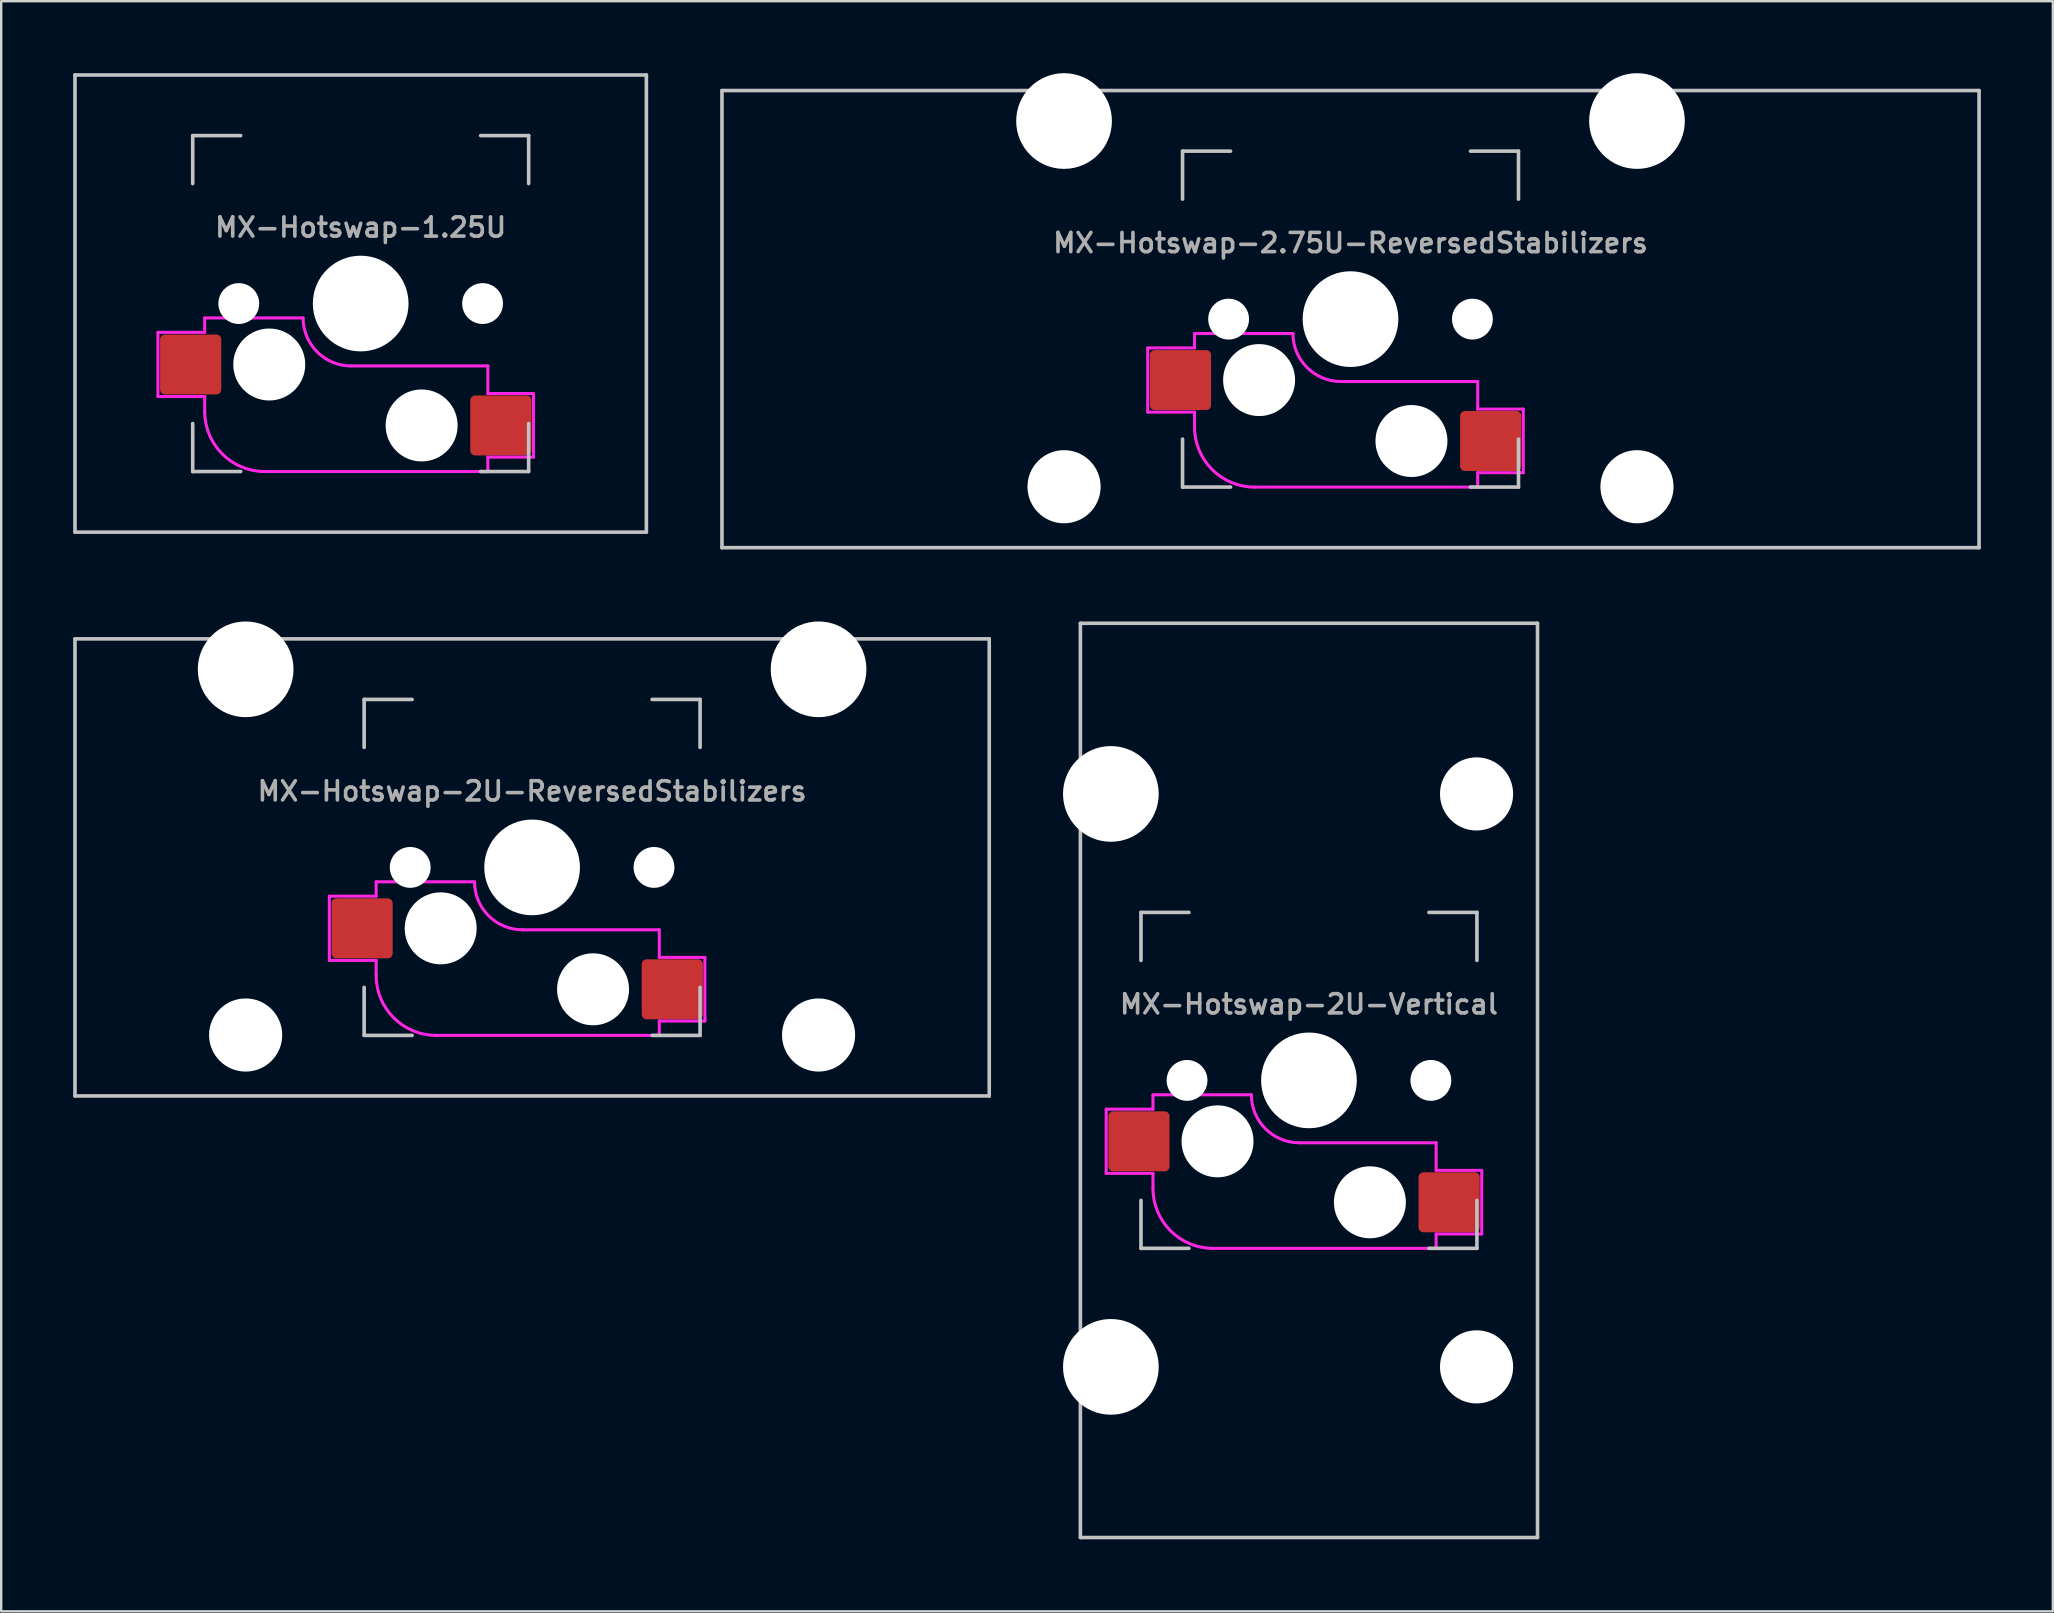
<source format=kicad_pcb>
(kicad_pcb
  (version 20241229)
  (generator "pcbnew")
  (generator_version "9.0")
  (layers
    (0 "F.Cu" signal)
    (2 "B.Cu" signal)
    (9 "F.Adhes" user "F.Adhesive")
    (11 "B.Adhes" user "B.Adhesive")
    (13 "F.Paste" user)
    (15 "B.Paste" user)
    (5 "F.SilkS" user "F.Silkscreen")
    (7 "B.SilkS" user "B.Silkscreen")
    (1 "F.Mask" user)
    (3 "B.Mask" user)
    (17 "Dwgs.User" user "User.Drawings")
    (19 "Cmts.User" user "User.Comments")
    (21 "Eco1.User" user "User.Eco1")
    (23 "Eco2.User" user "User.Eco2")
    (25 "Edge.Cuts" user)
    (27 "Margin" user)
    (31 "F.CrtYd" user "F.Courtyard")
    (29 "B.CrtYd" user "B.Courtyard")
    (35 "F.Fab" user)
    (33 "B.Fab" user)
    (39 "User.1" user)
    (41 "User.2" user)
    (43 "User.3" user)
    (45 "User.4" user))
  (footprint "MX-Hotswap-2U-Vertical"
    (layer "F.Cu")
    (at 51.499 41.974)
    (property "Reference" "MX-Hotswap-2U-Vertical" (at 0 -3.175 180) (layer "F.Fab") (effects (font (size 0.8 0.8) (thickness 0.15))))
    (attr smd)
    (fp_line (start -9.525 19.05) (end -9.525 -19.05) (stroke (width 0.15) (type solid)) (layer "Dwgs.User"))
    (fp_line (start -7 -7) (end -7 -5) (stroke (width 0.15) (type solid)) (layer "Dwgs.User"))
    (fp_line (start -7 5) (end -7 7) (stroke (width 0.15) (type solid)) (layer "Dwgs.User"))
    (fp_line (start -7 7) (end -5 7) (stroke (width 0.15) (type solid)) (layer "Dwgs.User"))
    (fp_line (start -5 -7) (end -7 -7) (stroke (width 0.15) (type solid)) (layer "Dwgs.User"))
    (fp_line (start 7 -7) (end 5 -7) (stroke (width 0.15) (type solid)) (layer "Dwgs.User"))
    (fp_line (start 7 -5) (end 7 -7) (stroke (width 0.15) (type solid)) (layer "Dwgs.User"))
    (fp_line (start 7 5) (end 7 7) (stroke (width 0.15) (type solid)) (layer "Dwgs.User"))
    (fp_line (start 7 7) (end 5 7) (stroke (width 0.15) (type solid)) (layer "Dwgs.User"))
    (fp_line (start 9.525 -19.05) (end -9.525 -19.05) (stroke (width 0.15) (type solid)) (layer "Dwgs.User"))
    (fp_line (start 9.525 19.05) (end -9.525 19.05) (stroke (width 0.15) (type solid)) (layer "Dwgs.User"))
    (fp_line (start 9.525 19.05) (end 9.525 -19.05) (stroke (width 0.15) (type solid)) (layer "Dwgs.User"))
    (fp_line (start -8.45 1.2) (end -8.45 3.875) (stroke (width 0.127) (type solid)) (layer "F.CrtYd"))
    (fp_line (start -8.45 3.875) (end -6.5 3.875) (stroke (width 0.127) (type solid)) (layer "F.CrtYd"))
    (fp_line (start -6.5 1.2) (end -8.45 1.2) (stroke (width 0.127) (type solid)) (layer "F.CrtYd"))
    (fp_line (start -6.5 1.2) (end -6.5 0.6) (stroke (width 0.127) (type solid)) (layer "F.CrtYd"))
    (fp_line (start -6.5 3.875) (end -6.5 4.5) (stroke (width 0.127) (type solid)) (layer "F.CrtYd"))
    (fp_line (start -4 7) (end 5.3 7) (stroke (width 0.127) (type solid)) (layer "F.CrtYd"))
    (fp_line (start -2.4 0.6) (end -6.5 0.6) (stroke (width 0.127) (type solid)) (layer "F.CrtYd"))
    (fp_line (start 5.3 2.6) (end -0.4 2.6) (stroke (width 0.127) (type solid)) (layer "F.CrtYd"))
    (fp_line (start 5.3 3.75) (end 5.3 2.6) (stroke (width 0.127) (type solid)) (layer "F.CrtYd"))
    (fp_line (start 5.3 3.75) (end 7.2 3.75) (stroke (width 0.127) (type solid)) (layer "F.CrtYd"))
    (fp_line (start 5.3 6.4) (end 5.3 7) (stroke (width 0.127) (type solid)) (layer "F.CrtYd"))
    (fp_line (start 7.2 3.75) (end 7.2 6.4) (stroke (width 0.127) (type solid)) (layer "F.CrtYd"))
    (fp_line (start 7.2 6.4) (end 5.3 6.4) (stroke (width 0.127) (type solid)) (layer "F.CrtYd"))
    (fp_arc (start -4 7) (mid -5.767767 6.267767) (end -6.5 4.5) (stroke (width 0.127) (type solid)) (layer "F.CrtYd"))
    (fp_arc (start -0.4 2.6) (mid -1.814214 2.014214) (end -2.4 0.6) (stroke (width 0.127) (type solid)) (layer "F.CrtYd"))
    (pad "" np_thru_hole circle (at -8.255 -11.938) (size 3.988 3.988) (drill 3.988) (layers "*.Cu" "*.Mask"))
    (pad "" np_thru_hole circle (at -8.255 11.938) (size 3.988 3.988) (drill 3.988) (layers "*.Cu" "*.Mask"))
    (pad "" np_thru_hole circle (at -5.08 0 131.901) (size 1.702 1.702) (drill 1.702) (layers "*.Cu" "*.Mask"))
    (pad "" np_thru_hole circle (at -3.81 2.54 180) (size 3 3) (drill 3) (layers "*.Cu" "*.Mask"))
    (pad "" np_thru_hole circle (at 0 0 180) (size 3.988 3.988) (drill 3.988) (layers "*.Cu" "*.Mask"))
    (pad "" np_thru_hole circle (at 2.54 5.08 180) (size 3 3) (drill 3) (layers "*.Cu" "*.Mask"))
    (pad "" np_thru_hole circle (at 5.08 0 131.901) (size 1.702 1.702) (drill 1.702) (layers "*.Cu" "*.Mask"))
    (pad "" np_thru_hole circle (at 6.985 -11.938) (size 3.048 3.048) (drill 3.048) (layers "*.Cu" "*.Mask"))
    (pad "" np_thru_hole circle (at 6.985 11.938) (size 3.048 3.048) (drill 3.048) (layers "*.Cu" "*.Mask"))
    (pad "1" smd roundrect (at -7.085 2.54 180) (size 2.55 2.5) (layers "F.Cu" "F.Mask" "F.Paste") (roundrect_rratio 0.08))
    (pad "2" smd roundrect (at 5.842 5.08 180) (size 2.55 2.5) (layers "F.Cu" "F.Mask" "F.Paste") (roundrect_rratio 0.08)))
  (footprint "MX-Hotswap-2.75U-ReversedStabilizers"
    (layer "F.Cu")
    (at 53.231 10.249)
    (property "Reference" "MX-Hotswap-2.75U-ReversedStabilizers" (at 0 -3.175 180) (layer "F.Fab") (effects (font (size 0.8 0.8) (thickness 0.15))))
    (attr smd)
    (fp_line (start -26.194 9.525) (end -26.194 -9.525) (stroke (width 0.15) (type solid)) (layer "Dwgs.User"))
    (fp_line (start -7 -7) (end -7 -5) (stroke (width 0.15) (type solid)) (layer "Dwgs.User"))
    (fp_line (start -7 5) (end -7 7) (stroke (width 0.15) (type solid)) (layer "Dwgs.User"))
    (fp_line (start -7 7) (end -5 7) (stroke (width 0.15) (type solid)) (layer "Dwgs.User"))
    (fp_line (start -5 -7) (end -7 -7) (stroke (width 0.15) (type solid)) (layer "Dwgs.User"))
    (fp_line (start 7 -7) (end 5 -7) (stroke (width 0.15) (type solid)) (layer "Dwgs.User"))
    (fp_line (start 7 -5) (end 7 -7) (stroke (width 0.15) (type solid)) (layer "Dwgs.User"))
    (fp_line (start 7 5) (end 7 7) (stroke (width 0.15) (type solid)) (layer "Dwgs.User"))
    (fp_line (start 7 7) (end 5 7) (stroke (width 0.15) (type solid)) (layer "Dwgs.User"))
    (fp_line (start 26.194 -9.525) (end -26.194 -9.525) (stroke (width 0.15) (type solid)) (layer "Dwgs.User"))
    (fp_line (start 26.194 9.525) (end -26.194 9.525) (stroke (width 0.15) (type solid)) (layer "Dwgs.User"))
    (fp_line (start 26.194 9.525) (end 26.194 -9.525) (stroke (width 0.15) (type solid)) (layer "Dwgs.User"))
    (fp_line (start -8.45 1.2) (end -8.45 3.875) (stroke (width 0.127) (type solid)) (layer "F.CrtYd"))
    (fp_line (start -8.45 3.875) (end -6.5 3.875) (stroke (width 0.127) (type solid)) (layer "F.CrtYd"))
    (fp_line (start -6.5 1.2) (end -8.45 1.2) (stroke (width 0.127) (type solid)) (layer "F.CrtYd"))
    (fp_line (start -6.5 1.2) (end -6.5 0.6) (stroke (width 0.127) (type solid)) (layer "F.CrtYd"))
    (fp_line (start -6.5 3.875) (end -6.5 4.5) (stroke (width 0.127) (type solid)) (layer "F.CrtYd"))
    (fp_line (start -4 7) (end 5.3 7) (stroke (width 0.127) (type solid)) (layer "F.CrtYd"))
    (fp_line (start -2.4 0.6) (end -6.5 0.6) (stroke (width 0.127) (type solid)) (layer "F.CrtYd"))
    (fp_line (start 5.3 2.6) (end -0.4 2.6) (stroke (width 0.127) (type solid)) (layer "F.CrtYd"))
    (fp_line (start 5.3 3.75) (end 5.3 2.6) (stroke (width 0.127) (type solid)) (layer "F.CrtYd"))
    (fp_line (start 5.3 3.75) (end 7.2 3.75) (stroke (width 0.127) (type solid)) (layer "F.CrtYd"))
    (fp_line (start 5.3 6.4) (end 5.3 7) (stroke (width 0.127) (type solid)) (layer "F.CrtYd"))
    (fp_line (start 7.2 3.75) (end 7.2 6.4) (stroke (width 0.127) (type solid)) (layer "F.CrtYd"))
    (fp_line (start 7.2 6.4) (end 5.3 6.4) (stroke (width 0.127) (type solid)) (layer "F.CrtYd"))
    (fp_arc (start -4 7) (mid -5.767767 6.267767) (end -6.5 4.5) (stroke (width 0.127) (type solid)) (layer "F.CrtYd"))
    (fp_arc (start -0.4 2.6) (mid -1.814214 2.014214) (end -2.4 0.6) (stroke (width 0.127) (type solid)) (layer "F.CrtYd"))
    (pad "" np_thru_hole circle (at -11.938 -8.255) (size 3.988 3.988) (drill 3.988) (layers "*.Cu" "*.Mask"))
    (pad "" np_thru_hole circle (at -11.938 6.985) (size 3.048 3.048) (drill 3.048) (layers "*.Cu" "*.Mask"))
    (pad "" np_thru_hole circle (at -5.08 0 131.901) (size 1.702 1.702) (drill 1.702) (layers "*.Cu" "*.Mask"))
    (pad "" np_thru_hole circle (at -3.81 2.54 180) (size 3 3) (drill 3) (layers "*.Cu" "*.Mask"))
    (pad "" np_thru_hole circle (at 0 0 180) (size 3.988 3.988) (drill 3.988) (layers "*.Cu" "*.Mask"))
    (pad "" np_thru_hole circle (at 2.54 5.08 180) (size 3 3) (drill 3) (layers "*.Cu" "*.Mask"))
    (pad "" np_thru_hole circle (at 5.08 0 131.901) (size 1.702 1.702) (drill 1.702) (layers "*.Cu" "*.Mask"))
    (pad "" np_thru_hole circle (at 11.938 -8.255) (size 3.988 3.988) (drill 3.988) (layers "*.Cu" "*.Mask"))
    (pad "" np_thru_hole circle (at 11.938 6.985) (size 3.048 3.048) (drill 3.048) (layers "*.Cu" "*.Mask"))
    (pad "1" smd roundrect (at -7.085 2.54 180) (size 2.55 2.5) (layers "F.Cu" "F.Mask" "F.Paste") (roundrect_rratio 0.08))
    (pad "2" smd roundrect (at 5.842 5.08 180) (size 2.55 2.5) (layers "F.Cu" "F.Mask" "F.Paste") (roundrect_rratio 0.08)))
  (footprint "MX-Hotswap-2U-ReversedStabilizers"
    (layer "F.Cu")
    (at 19.125 33.098)
    (property "Reference" "MX-Hotswap-2U-ReversedStabilizers" (at 0 -3.175 180) (layer "F.Fab") (effects (font (size 0.8 0.8) (thickness 0.15))))
    (attr smd)
    (fp_line (start -19.05 9.525) (end -19.05 -9.525) (stroke (width 0.15) (type solid)) (layer "Dwgs.User"))
    (fp_line (start -7 -7) (end -7 -5) (stroke (width 0.15) (type solid)) (layer "Dwgs.User"))
    (fp_line (start -7 5) (end -7 7) (stroke (width 0.15) (type solid)) (layer "Dwgs.User"))
    (fp_line (start -7 7) (end -5 7) (stroke (width 0.15) (type solid)) (layer "Dwgs.User"))
    (fp_line (start -5 -7) (end -7 -7) (stroke (width 0.15) (type solid)) (layer "Dwgs.User"))
    (fp_line (start 7 -7) (end 5 -7) (stroke (width 0.15) (type solid)) (layer "Dwgs.User"))
    (fp_line (start 7 -5) (end 7 -7) (stroke (width 0.15) (type solid)) (layer "Dwgs.User"))
    (fp_line (start 7 5) (end 7 7) (stroke (width 0.15) (type solid)) (layer "Dwgs.User"))
    (fp_line (start 7 7) (end 5 7) (stroke (width 0.15) (type solid)) (layer "Dwgs.User"))
    (fp_line (start 19.05 -9.525) (end -19.05 -9.525) (stroke (width 0.15) (type solid)) (layer "Dwgs.User"))
    (fp_line (start 19.05 9.525) (end -19.05 9.525) (stroke (width 0.15) (type solid)) (layer "Dwgs.User"))
    (fp_line (start 19.05 9.525) (end 19.05 -9.525) (stroke (width 0.15) (type solid)) (layer "Dwgs.User"))
    (fp_line (start -8.45 1.2) (end -8.45 3.875) (stroke (width 0.127) (type solid)) (layer "F.CrtYd"))
    (fp_line (start -8.45 3.875) (end -6.5 3.875) (stroke (width 0.127) (type solid)) (layer "F.CrtYd"))
    (fp_line (start -6.5 1.2) (end -8.45 1.2) (stroke (width 0.127) (type solid)) (layer "F.CrtYd"))
    (fp_line (start -6.5 1.2) (end -6.5 0.6) (stroke (width 0.127) (type solid)) (layer "F.CrtYd"))
    (fp_line (start -6.5 3.875) (end -6.5 4.5) (stroke (width 0.127) (type solid)) (layer "F.CrtYd"))
    (fp_line (start -4 7) (end 5.3 7) (stroke (width 0.127) (type solid)) (layer "F.CrtYd"))
    (fp_line (start -2.4 0.6) (end -6.5 0.6) (stroke (width 0.127) (type solid)) (layer "F.CrtYd"))
    (fp_line (start 5.3 2.6) (end -0.4 2.6) (stroke (width 0.127) (type solid)) (layer "F.CrtYd"))
    (fp_line (start 5.3 3.75) (end 5.3 2.6) (stroke (width 0.127) (type solid)) (layer "F.CrtYd"))
    (fp_line (start 5.3 3.75) (end 7.2 3.75) (stroke (width 0.127) (type solid)) (layer "F.CrtYd"))
    (fp_line (start 5.3 6.4) (end 5.3 7) (stroke (width 0.127) (type solid)) (layer "F.CrtYd"))
    (fp_line (start 7.2 3.75) (end 7.2 6.4) (stroke (width 0.127) (type solid)) (layer "F.CrtYd"))
    (fp_line (start 7.2 6.4) (end 5.3 6.4) (stroke (width 0.127) (type solid)) (layer "F.CrtYd"))
    (fp_arc (start -4 7) (mid -5.767767 6.267767) (end -6.5 4.5) (stroke (width 0.127) (type solid)) (layer "F.CrtYd"))
    (fp_arc (start -0.4 2.6) (mid -1.814214 2.014214) (end -2.4 0.6) (stroke (width 0.127) (type solid)) (layer "F.CrtYd"))
    (pad "" np_thru_hole circle (at -11.938 -8.255) (size 3.988 3.988) (drill 3.988) (layers "*.Cu" "*.Mask"))
    (pad "" np_thru_hole circle (at -11.938 6.985) (size 3.048 3.048) (drill 3.048) (layers "*.Cu" "*.Mask"))
    (pad "" np_thru_hole circle (at -5.08 0 131.901) (size 1.702 1.702) (drill 1.702) (layers "*.Cu" "*.Mask"))
    (pad "" np_thru_hole circle (at -3.81 2.54 180) (size 3 3) (drill 3) (layers "*.Cu" "*.Mask"))
    (pad "" np_thru_hole circle (at 0 0 180) (size 3.988 3.988) (drill 3.988) (layers "*.Cu" "*.Mask"))
    (pad "" np_thru_hole circle (at 2.54 5.08 180) (size 3 3) (drill 3) (layers "*.Cu" "*.Mask"))
    (pad "" np_thru_hole circle (at 5.08 0 131.901) (size 1.702 1.702) (drill 1.702) (layers "*.Cu" "*.Mask"))
    (pad "" np_thru_hole circle (at 11.938 -8.255) (size 3.988 3.988) (drill 3.988) (layers "*.Cu" "*.Mask"))
    (pad "" np_thru_hole circle (at 11.938 6.985) (size 3.048 3.048) (drill 3.048) (layers "*.Cu" "*.Mask"))
    (pad "1" smd roundrect (at -7.085 2.54 180) (size 2.55 2.5) (layers "F.Cu" "F.Mask" "F.Paste") (roundrect_rratio 0.08))
    (pad "2" smd roundrect (at 5.842 5.08 180) (size 2.55 2.5) (layers "F.Cu" "F.Mask" "F.Paste") (roundrect_rratio 0.08)))
  (footprint "MX-Hotswap-1.25U"
    (layer "F.Cu")
    (at 11.981 9.6)
    (property "Reference" "MX-Hotswap-1.25U" (at 0 -3.175 180) (layer "F.Fab") (effects (font (size 0.8 0.8) (thickness 0.15))))
    (attr smd)
    (fp_line (start -11.906 9.525) (end -11.906 -9.525) (stroke (width 0.15) (type solid)) (layer "Dwgs.User"))
    (fp_line (start -7 -7) (end -7 -5) (stroke (width 0.15) (type solid)) (layer "Dwgs.User"))
    (fp_line (start -7 5) (end -7 7) (stroke (width 0.15) (type solid)) (layer "Dwgs.User"))
    (fp_line (start -7 7) (end -5 7) (stroke (width 0.15) (type solid)) (layer "Dwgs.User"))
    (fp_line (start -5 -7) (end -7 -7) (stroke (width 0.15) (type solid)) (layer "Dwgs.User"))
    (fp_line (start 7 -7) (end 5 -7) (stroke (width 0.15) (type solid)) (layer "Dwgs.User"))
    (fp_line (start 7 -5) (end 7 -7) (stroke (width 0.15) (type solid)) (layer "Dwgs.User"))
    (fp_line (start 7 5) (end 7 7) (stroke (width 0.15) (type solid)) (layer "Dwgs.User"))
    (fp_line (start 7 7) (end 5 7) (stroke (width 0.15) (type solid)) (layer "Dwgs.User"))
    (fp_line (start 11.906 -9.525) (end -11.906 -9.525) (stroke (width 0.15) (type solid)) (layer "Dwgs.User"))
    (fp_line (start 11.906 9.525) (end -11.906 9.525) (stroke (width 0.15) (type solid)) (layer "Dwgs.User"))
    (fp_line (start 11.906 9.525) (end 11.906 -9.525) (stroke (width 0.15) (type solid)) (layer "Dwgs.User"))
    (fp_line (start -8.45 1.2) (end -8.45 3.875) (stroke (width 0.127) (type solid)) (layer "F.CrtYd"))
    (fp_line (start -8.45 3.875) (end -6.5 3.875) (stroke (width 0.127) (type solid)) (layer "F.CrtYd"))
    (fp_line (start -6.5 1.2) (end -8.45 1.2) (stroke (width 0.127) (type solid)) (layer "F.CrtYd"))
    (fp_line (start -6.5 1.2) (end -6.5 0.6) (stroke (width 0.127) (type solid)) (layer "F.CrtYd"))
    (fp_line (start -6.5 3.875) (end -6.5 4.5) (stroke (width 0.127) (type solid)) (layer "F.CrtYd"))
    (fp_line (start -4 7) (end 5.3 7) (stroke (width 0.127) (type solid)) (layer "F.CrtYd"))
    (fp_line (start -2.4 0.6) (end -6.5 0.6) (stroke (width 0.127) (type solid)) (layer "F.CrtYd"))
    (fp_line (start 5.3 2.6) (end -0.4 2.6) (stroke (width 0.127) (type solid)) (layer "F.CrtYd"))
    (fp_line (start 5.3 3.75) (end 5.3 2.6) (stroke (width 0.127) (type solid)) (layer "F.CrtYd"))
    (fp_line (start 5.3 3.75) (end 7.2 3.75) (stroke (width 0.127) (type solid)) (layer "F.CrtYd"))
    (fp_line (start 5.3 6.4) (end 5.3 7) (stroke (width 0.127) (type solid)) (layer "F.CrtYd"))
    (fp_line (start 7.2 3.75) (end 7.2 6.4) (stroke (width 0.127) (type solid)) (layer "F.CrtYd"))
    (fp_line (start 7.2 6.4) (end 5.3 6.4) (stroke (width 0.127) (type solid)) (layer "F.CrtYd"))
    (fp_arc (start -4 7) (mid -5.767767 6.267767) (end -6.5 4.5) (stroke (width 0.127) (type solid)) (layer "F.CrtYd"))
    (fp_arc (start -0.4 2.6) (mid -1.814214 2.014214) (end -2.4 0.6) (stroke (width 0.127) (type solid)) (layer "F.CrtYd"))
    (pad "" np_thru_hole circle (at -5.08 0 131.901) (size 1.702 1.702) (drill 1.702) (layers "*.Cu" "*.Mask"))
    (pad "" np_thru_hole circle (at -3.81 2.54 180) (size 3 3) (drill 3) (layers "*.Cu" "*.Mask"))
    (pad "" np_thru_hole circle (at 0 0 180) (size 3.988 3.988) (drill 3.988) (layers "*.Cu" "*.Mask"))
    (pad "" np_thru_hole circle (at 2.54 5.08 180) (size 3 3) (drill 3) (layers "*.Cu" "*.Mask"))
    (pad "" np_thru_hole circle (at 5.08 0 131.901) (size 1.702 1.702) (drill 1.702) (layers "*.Cu" "*.Mask"))
    (pad "1" smd roundrect (at -7.085 2.54 180) (size 2.55 2.5) (layers "F.Cu" "F.Mask" "F.Paste") (roundrect_rratio 0.08))
    (pad "2" smd roundrect (at 5.842 5.08 180) (size 2.55 2.5) (layers "F.Cu" "F.Mask" "F.Paste") (roundrect_rratio 0.08)))
  (gr_rect
    (start -3 -3)
    (end 82.5 64.099)
    (stroke (width 0.1) (type default))
    (fill no)
    (layer "Edge.Cuts")))
</source>
